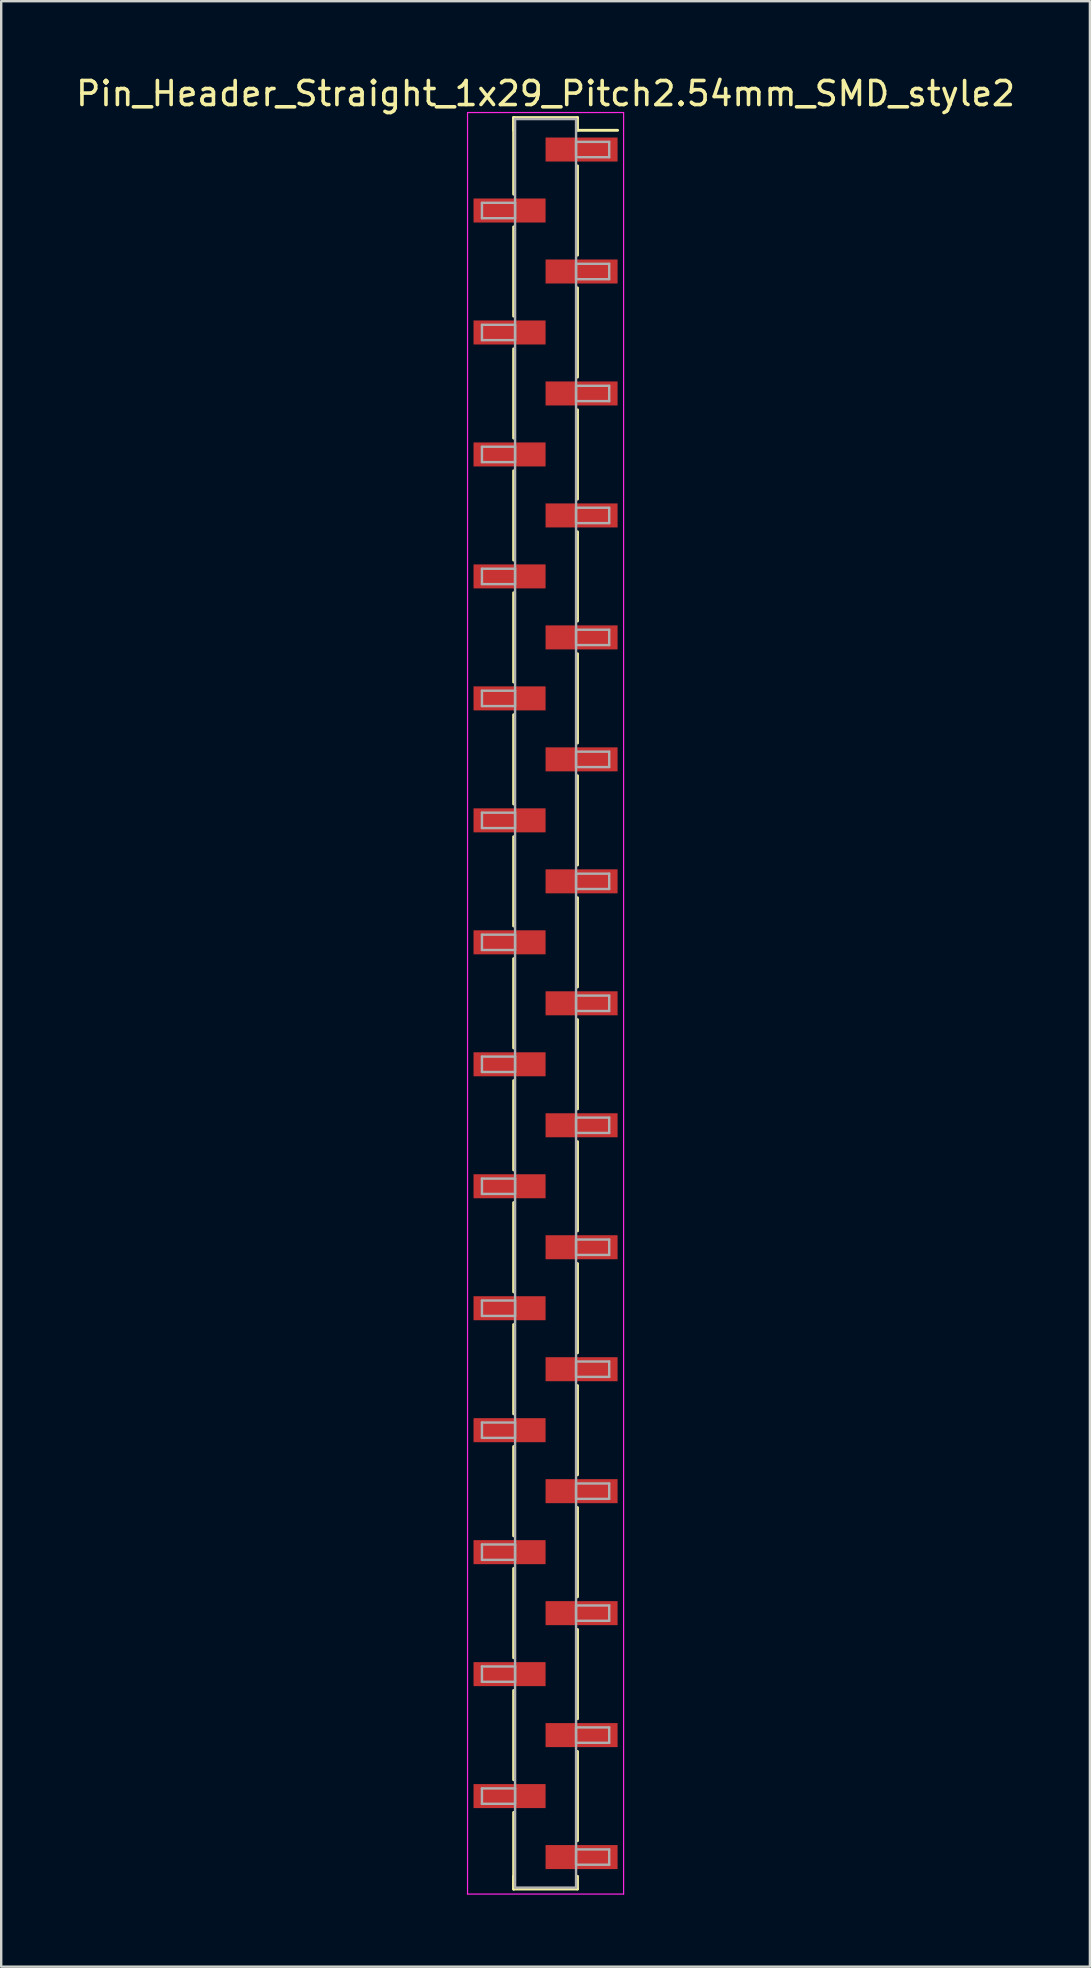
<source format=kicad_pcb>
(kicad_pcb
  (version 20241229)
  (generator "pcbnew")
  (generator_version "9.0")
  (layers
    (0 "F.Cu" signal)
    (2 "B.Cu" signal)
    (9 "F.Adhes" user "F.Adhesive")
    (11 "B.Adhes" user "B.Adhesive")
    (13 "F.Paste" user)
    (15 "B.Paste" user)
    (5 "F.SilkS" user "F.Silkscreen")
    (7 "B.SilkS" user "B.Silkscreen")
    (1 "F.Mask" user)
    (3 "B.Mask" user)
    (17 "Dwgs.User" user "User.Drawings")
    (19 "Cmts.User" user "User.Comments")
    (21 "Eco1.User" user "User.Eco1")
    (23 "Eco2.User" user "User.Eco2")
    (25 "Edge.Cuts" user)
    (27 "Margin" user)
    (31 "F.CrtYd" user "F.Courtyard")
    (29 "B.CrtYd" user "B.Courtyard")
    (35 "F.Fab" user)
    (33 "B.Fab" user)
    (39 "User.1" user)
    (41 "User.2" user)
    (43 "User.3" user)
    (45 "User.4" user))
  (footprint "Pin_Header_Straight_1x29_Pitch2.54mm_SMD_style2"
    (layer "F.Cu")
    (at 19.673 38.738)
    (property "Reference" "Pin_Header_Straight_1x29_Pitch2.54mm_SMD_style2" (at 0 -37.89 0) (layer "F.SilkS") (effects (font (size 1 1) (thickness 0.15))))
    (attr smd)
    (fp_line (start -1.33 -36.89) (end -1.33 -33.7) (stroke (width 0.12) (type solid)) (layer "F.SilkS"))
    (fp_line (start -1.33 -36.89) (end 1.33 -36.89) (stroke (width 0.12) (type solid)) (layer "F.SilkS"))
    (fp_line (start -1.33 -36.36) (end -1.33 -36.89) (stroke (width 0.12) (type solid)) (layer "F.SilkS"))
    (fp_line (start -1.33 -32.34) (end -1.33 -28.62) (stroke (width 0.12) (type solid)) (layer "F.SilkS"))
    (fp_line (start -1.33 -27.26) (end -1.33 -23.54) (stroke (width 0.12) (type solid)) (layer "F.SilkS"))
    (fp_line (start -1.33 -22.18) (end -1.33 -18.46) (stroke (width 0.12) (type solid)) (layer "F.SilkS"))
    (fp_line (start -1.33 -17.1) (end -1.33 -13.38) (stroke (width 0.12) (type solid)) (layer "F.SilkS"))
    (fp_line (start -1.33 -12.02) (end -1.33 -8.3) (stroke (width 0.12) (type solid)) (layer "F.SilkS"))
    (fp_line (start -1.33 -6.94) (end -1.33 -3.22) (stroke (width 0.12) (type solid)) (layer "F.SilkS"))
    (fp_line (start -1.33 -1.86) (end -1.33 1.86) (stroke (width 0.12) (type solid)) (layer "F.SilkS"))
    (fp_line (start -1.33 3.22) (end -1.33 6.94) (stroke (width 0.12) (type solid)) (layer "F.SilkS"))
    (fp_line (start -1.33 8.3) (end -1.33 12.02) (stroke (width 0.12) (type solid)) (layer "F.SilkS"))
    (fp_line (start -1.33 13.38) (end -1.33 17.1) (stroke (width 0.12) (type solid)) (layer "F.SilkS"))
    (fp_line (start -1.33 18.46) (end -1.33 22.18) (stroke (width 0.12) (type solid)) (layer "F.SilkS"))
    (fp_line (start -1.33 23.54) (end -1.33 27.26) (stroke (width 0.12) (type solid)) (layer "F.SilkS"))
    (fp_line (start -1.33 28.62) (end -1.33 32.34) (stroke (width 0.12) (type solid)) (layer "F.SilkS"))
    (fp_line (start -1.33 33.7) (end -1.33 36.89) (stroke (width 0.12) (type solid)) (layer "F.SilkS"))
    (fp_line (start -1.33 36.36) (end -1.33 36.89) (stroke (width 0.12) (type solid)) (layer "F.SilkS"))
    (fp_line (start -1.33 36.89) (end 1.33 36.89) (stroke (width 0.12) (type solid)) (layer "F.SilkS"))
    (fp_line (start 1.33 -36.89) (end 1.33 -36.36) (stroke (width 0.12) (type solid)) (layer "F.SilkS"))
    (fp_line (start 1.33 -36.36) (end 3 -36.36) (stroke (width 0.12) (type solid)) (layer "F.SilkS"))
    (fp_line (start 1.33 -34.88) (end 1.33 -31.16) (stroke (width 0.12) (type solid)) (layer "F.SilkS"))
    (fp_line (start 1.33 -29.8) (end 1.33 -26.08) (stroke (width 0.12) (type solid)) (layer "F.SilkS"))
    (fp_line (start 1.33 -24.72) (end 1.33 -21) (stroke (width 0.12) (type solid)) (layer "F.SilkS"))
    (fp_line (start 1.33 -19.64) (end 1.33 -15.92) (stroke (width 0.12) (type solid)) (layer "F.SilkS"))
    (fp_line (start 1.33 -14.56) (end 1.33 -10.84) (stroke (width 0.12) (type solid)) (layer "F.SilkS"))
    (fp_line (start 1.33 -9.48) (end 1.33 -5.76) (stroke (width 0.12) (type solid)) (layer "F.SilkS"))
    (fp_line (start 1.33 -4.4) (end 1.33 -0.68) (stroke (width 0.12) (type solid)) (layer "F.SilkS"))
    (fp_line (start 1.33 0.68) (end 1.33 4.4) (stroke (width 0.12) (type solid)) (layer "F.SilkS"))
    (fp_line (start 1.33 5.76) (end 1.33 9.48) (stroke (width 0.12) (type solid)) (layer "F.SilkS"))
    (fp_line (start 1.33 10.84) (end 1.33 14.56) (stroke (width 0.12) (type solid)) (layer "F.SilkS"))
    (fp_line (start 1.33 15.92) (end 1.33 19.64) (stroke (width 0.12) (type solid)) (layer "F.SilkS"))
    (fp_line (start 1.33 21) (end 1.33 24.72) (stroke (width 0.12) (type solid)) (layer "F.SilkS"))
    (fp_line (start 1.33 26.08) (end 1.33 29.8) (stroke (width 0.12) (type solid)) (layer "F.SilkS"))
    (fp_line (start 1.33 31.16) (end 1.33 34.88) (stroke (width 0.12) (type solid)) (layer "F.SilkS"))
    (fp_line (start 1.33 36.89) (end 1.33 36.36) (stroke (width 0.12) (type solid)) (layer "F.SilkS"))
    (fp_line (start -3.25 -37.1) (end -3.25 37.1) (stroke (width 0.05) (type solid)) (layer "F.CrtYd"))
    (fp_line (start -3.25 37.1) (end 3.25 37.1) (stroke (width 0.05) (type solid)) (layer "F.CrtYd"))
    (fp_line (start 3.25 -37.1) (end -3.25 -37.1) (stroke (width 0.05) (type solid)) (layer "F.CrtYd"))
    (fp_line (start 3.25 37.1) (end 3.25 -37.1) (stroke (width 0.05) (type solid)) (layer "F.CrtYd"))
    (fp_line (start -2.65 -33.34) (end -1.27 -33.34) (stroke (width 0.1) (type solid)) (layer "F.Fab"))
    (fp_line (start -2.65 -32.7) (end -2.65 -33.34) (stroke (width 0.1) (type solid)) (layer "F.Fab"))
    (fp_line (start -2.65 -28.26) (end -1.27 -28.26) (stroke (width 0.1) (type solid)) (layer "F.Fab"))
    (fp_line (start -2.65 -27.62) (end -2.65 -28.26) (stroke (width 0.1) (type solid)) (layer "F.Fab"))
    (fp_line (start -2.65 -23.18) (end -1.27 -23.18) (stroke (width 0.1) (type solid)) (layer "F.Fab"))
    (fp_line (start -2.65 -22.54) (end -2.65 -23.18) (stroke (width 0.1) (type solid)) (layer "F.Fab"))
    (fp_line (start -2.65 -18.1) (end -1.27 -18.1) (stroke (width 0.1) (type solid)) (layer "F.Fab"))
    (fp_line (start -2.65 -17.46) (end -2.65 -18.1) (stroke (width 0.1) (type solid)) (layer "F.Fab"))
    (fp_line (start -2.65 -13.02) (end -1.27 -13.02) (stroke (width 0.1) (type solid)) (layer "F.Fab"))
    (fp_line (start -2.65 -12.38) (end -2.65 -13.02) (stroke (width 0.1) (type solid)) (layer "F.Fab"))
    (fp_line (start -2.65 -7.94) (end -1.27 -7.94) (stroke (width 0.1) (type solid)) (layer "F.Fab"))
    (fp_line (start -2.65 -7.3) (end -2.65 -7.94) (stroke (width 0.1) (type solid)) (layer "F.Fab"))
    (fp_line (start -2.65 -2.86) (end -1.27 -2.86) (stroke (width 0.1) (type solid)) (layer "F.Fab"))
    (fp_line (start -2.65 -2.22) (end -2.65 -2.86) (stroke (width 0.1) (type solid)) (layer "F.Fab"))
    (fp_line (start -2.65 2.22) (end -1.27 2.22) (stroke (width 0.1) (type solid)) (layer "F.Fab"))
    (fp_line (start -2.65 2.86) (end -2.65 2.22) (stroke (width 0.1) (type solid)) (layer "F.Fab"))
    (fp_line (start -2.65 7.3) (end -1.27 7.3) (stroke (width 0.1) (type solid)) (layer "F.Fab"))
    (fp_line (start -2.65 7.94) (end -2.65 7.3) (stroke (width 0.1) (type solid)) (layer "F.Fab"))
    (fp_line (start -2.65 12.38) (end -1.27 12.38) (stroke (width 0.1) (type solid)) (layer "F.Fab"))
    (fp_line (start -2.65 13.02) (end -2.65 12.38) (stroke (width 0.1) (type solid)) (layer "F.Fab"))
    (fp_line (start -2.65 17.46) (end -1.27 17.46) (stroke (width 0.1) (type solid)) (layer "F.Fab"))
    (fp_line (start -2.65 18.1) (end -2.65 17.46) (stroke (width 0.1) (type solid)) (layer "F.Fab"))
    (fp_line (start -2.65 22.54) (end -1.27 22.54) (stroke (width 0.1) (type solid)) (layer "F.Fab"))
    (fp_line (start -2.65 23.18) (end -2.65 22.54) (stroke (width 0.1) (type solid)) (layer "F.Fab"))
    (fp_line (start -2.65 27.62) (end -1.27 27.62) (stroke (width 0.1) (type solid)) (layer "F.Fab"))
    (fp_line (start -2.65 28.26) (end -2.65 27.62) (stroke (width 0.1) (type solid)) (layer "F.Fab"))
    (fp_line (start -2.65 32.7) (end -1.27 32.7) (stroke (width 0.1) (type solid)) (layer "F.Fab"))
    (fp_line (start -2.65 33.34) (end -2.65 32.7) (stroke (width 0.1) (type solid)) (layer "F.Fab"))
    (fp_line (start -1.27 -36.83) (end -1.27 36.83) (stroke (width 0.1) (type solid)) (layer "F.Fab"))
    (fp_line (start -1.27 -33.34) (end -1.27 -32.7) (stroke (width 0.1) (type solid)) (layer "F.Fab"))
    (fp_line (start -1.27 -32.7) (end -2.65 -32.7) (stroke (width 0.1) (type solid)) (layer "F.Fab"))
    (fp_line (start -1.27 -28.26) (end -1.27 -27.62) (stroke (width 0.1) (type solid)) (layer "F.Fab"))
    (fp_line (start -1.27 -27.62) (end -2.65 -27.62) (stroke (width 0.1) (type solid)) (layer "F.Fab"))
    (fp_line (start -1.27 -23.18) (end -1.27 -22.54) (stroke (width 0.1) (type solid)) (layer "F.Fab"))
    (fp_line (start -1.27 -22.54) (end -2.65 -22.54) (stroke (width 0.1) (type solid)) (layer "F.Fab"))
    (fp_line (start -1.27 -18.1) (end -1.27 -17.46) (stroke (width 0.1) (type solid)) (layer "F.Fab"))
    (fp_line (start -1.27 -17.46) (end -2.65 -17.46) (stroke (width 0.1) (type solid)) (layer "F.Fab"))
    (fp_line (start -1.27 -13.02) (end -1.27 -12.38) (stroke (width 0.1) (type solid)) (layer "F.Fab"))
    (fp_line (start -1.27 -12.38) (end -2.65 -12.38) (stroke (width 0.1) (type solid)) (layer "F.Fab"))
    (fp_line (start -1.27 -7.94) (end -1.27 -7.3) (stroke (width 0.1) (type solid)) (layer "F.Fab"))
    (fp_line (start -1.27 -7.3) (end -2.65 -7.3) (stroke (width 0.1) (type solid)) (layer "F.Fab"))
    (fp_line (start -1.27 -2.86) (end -1.27 -2.22) (stroke (width 0.1) (type solid)) (layer "F.Fab"))
    (fp_line (start -1.27 -2.22) (end -2.65 -2.22) (stroke (width 0.1) (type solid)) (layer "F.Fab"))
    (fp_line (start -1.27 2.22) (end -1.27 2.86) (stroke (width 0.1) (type solid)) (layer "F.Fab"))
    (fp_line (start -1.27 2.86) (end -2.65 2.86) (stroke (width 0.1) (type solid)) (layer "F.Fab"))
    (fp_line (start -1.27 7.3) (end -1.27 7.94) (stroke (width 0.1) (type solid)) (layer "F.Fab"))
    (fp_line (start -1.27 7.94) (end -2.65 7.94) (stroke (width 0.1) (type solid)) (layer "F.Fab"))
    (fp_line (start -1.27 12.38) (end -1.27 13.02) (stroke (width 0.1) (type solid)) (layer "F.Fab"))
    (fp_line (start -1.27 13.02) (end -2.65 13.02) (stroke (width 0.1) (type solid)) (layer "F.Fab"))
    (fp_line (start -1.27 17.46) (end -1.27 18.1) (stroke (width 0.1) (type solid)) (layer "F.Fab"))
    (fp_line (start -1.27 18.1) (end -2.65 18.1) (stroke (width 0.1) (type solid)) (layer "F.Fab"))
    (fp_line (start -1.27 22.54) (end -1.27 23.18) (stroke (width 0.1) (type solid)) (layer "F.Fab"))
    (fp_line (start -1.27 23.18) (end -2.65 23.18) (stroke (width 0.1) (type solid)) (layer "F.Fab"))
    (fp_line (start -1.27 27.62) (end -1.27 28.26) (stroke (width 0.1) (type solid)) (layer "F.Fab"))
    (fp_line (start -1.27 28.26) (end -2.65 28.26) (stroke (width 0.1) (type solid)) (layer "F.Fab"))
    (fp_line (start -1.27 32.7) (end -1.27 33.34) (stroke (width 0.1) (type solid)) (layer "F.Fab"))
    (fp_line (start -1.27 33.34) (end -2.65 33.34) (stroke (width 0.1) (type solid)) (layer "F.Fab"))
    (fp_line (start -1.27 36.83) (end 1.27 36.83) (stroke (width 0.1) (type solid)) (layer "F.Fab"))
    (fp_line (start 1.27 -36.83) (end -1.27 -36.83) (stroke (width 0.1) (type solid)) (layer "F.Fab"))
    (fp_line (start 1.27 -35.88) (end 1.27 -35.24) (stroke (width 0.1) (type solid)) (layer "F.Fab"))
    (fp_line (start 1.27 -35.24) (end 2.65 -35.24) (stroke (width 0.1) (type solid)) (layer "F.Fab"))
    (fp_line (start 1.27 -30.8) (end 1.27 -30.16) (stroke (width 0.1) (type solid)) (layer "F.Fab"))
    (fp_line (start 1.27 -30.16) (end 2.65 -30.16) (stroke (width 0.1) (type solid)) (layer "F.Fab"))
    (fp_line (start 1.27 -25.72) (end 1.27 -25.08) (stroke (width 0.1) (type solid)) (layer "F.Fab"))
    (fp_line (start 1.27 -25.08) (end 2.65 -25.08) (stroke (width 0.1) (type solid)) (layer "F.Fab"))
    (fp_line (start 1.27 -20.64) (end 1.27 -20) (stroke (width 0.1) (type solid)) (layer "F.Fab"))
    (fp_line (start 1.27 -20) (end 2.65 -20) (stroke (width 0.1) (type solid)) (layer "F.Fab"))
    (fp_line (start 1.27 -15.56) (end 1.27 -14.92) (stroke (width 0.1) (type solid)) (layer "F.Fab"))
    (fp_line (start 1.27 -14.92) (end 2.65 -14.92) (stroke (width 0.1) (type solid)) (layer "F.Fab"))
    (fp_line (start 1.27 -10.48) (end 1.27 -9.84) (stroke (width 0.1) (type solid)) (layer "F.Fab"))
    (fp_line (start 1.27 -9.84) (end 2.65 -9.84) (stroke (width 0.1) (type solid)) (layer "F.Fab"))
    (fp_line (start 1.27 -5.4) (end 1.27 -4.76) (stroke (width 0.1) (type solid)) (layer "F.Fab"))
    (fp_line (start 1.27 -4.76) (end 2.65 -4.76) (stroke (width 0.1) (type solid)) (layer "F.Fab"))
    (fp_line (start 1.27 -0.32) (end 1.27 0.32) (stroke (width 0.1) (type solid)) (layer "F.Fab"))
    (fp_line (start 1.27 0.32) (end 2.65 0.32) (stroke (width 0.1) (type solid)) (layer "F.Fab"))
    (fp_line (start 1.27 4.76) (end 1.27 5.4) (stroke (width 0.1) (type solid)) (layer "F.Fab"))
    (fp_line (start 1.27 5.4) (end 2.65 5.4) (stroke (width 0.1) (type solid)) (layer "F.Fab"))
    (fp_line (start 1.27 9.84) (end 1.27 10.48) (stroke (width 0.1) (type solid)) (layer "F.Fab"))
    (fp_line (start 1.27 10.48) (end 2.65 10.48) (stroke (width 0.1) (type solid)) (layer "F.Fab"))
    (fp_line (start 1.27 14.92) (end 1.27 15.56) (stroke (width 0.1) (type solid)) (layer "F.Fab"))
    (fp_line (start 1.27 15.56) (end 2.65 15.56) (stroke (width 0.1) (type solid)) (layer "F.Fab"))
    (fp_line (start 1.27 20) (end 1.27 20.64) (stroke (width 0.1) (type solid)) (layer "F.Fab"))
    (fp_line (start 1.27 20.64) (end 2.65 20.64) (stroke (width 0.1) (type solid)) (layer "F.Fab"))
    (fp_line (start 1.27 25.08) (end 1.27 25.72) (stroke (width 0.1) (type solid)) (layer "F.Fab"))
    (fp_line (start 1.27 25.72) (end 2.65 25.72) (stroke (width 0.1) (type solid)) (layer "F.Fab"))
    (fp_line (start 1.27 30.16) (end 1.27 30.8) (stroke (width 0.1) (type solid)) (layer "F.Fab"))
    (fp_line (start 1.27 30.8) (end 2.65 30.8) (stroke (width 0.1) (type solid)) (layer "F.Fab"))
    (fp_line (start 1.27 35.24) (end 1.27 35.88) (stroke (width 0.1) (type solid)) (layer "F.Fab"))
    (fp_line (start 1.27 35.88) (end 2.65 35.88) (stroke (width 0.1) (type solid)) (layer "F.Fab"))
    (fp_line (start 1.27 36.83) (end 1.27 -36.83) (stroke (width 0.1) (type solid)) (layer "F.Fab"))
    (fp_line (start 2.65 -35.88) (end 1.27 -35.88) (stroke (width 0.1) (type solid)) (layer "F.Fab"))
    (fp_line (start 2.65 -35.24) (end 2.65 -35.88) (stroke (width 0.1) (type solid)) (layer "F.Fab"))
    (fp_line (start 2.65 -30.8) (end 1.27 -30.8) (stroke (width 0.1) (type solid)) (layer "F.Fab"))
    (fp_line (start 2.65 -30.16) (end 2.65 -30.8) (stroke (width 0.1) (type solid)) (layer "F.Fab"))
    (fp_line (start 2.65 -25.72) (end 1.27 -25.72) (stroke (width 0.1) (type solid)) (layer "F.Fab"))
    (fp_line (start 2.65 -25.08) (end 2.65 -25.72) (stroke (width 0.1) (type solid)) (layer "F.Fab"))
    (fp_line (start 2.65 -20.64) (end 1.27 -20.64) (stroke (width 0.1) (type solid)) (layer "F.Fab"))
    (fp_line (start 2.65 -20) (end 2.65 -20.64) (stroke (width 0.1) (type solid)) (layer "F.Fab"))
    (fp_line (start 2.65 -15.56) (end 1.27 -15.56) (stroke (width 0.1) (type solid)) (layer "F.Fab"))
    (fp_line (start 2.65 -14.92) (end 2.65 -15.56) (stroke (width 0.1) (type solid)) (layer "F.Fab"))
    (fp_line (start 2.65 -10.48) (end 1.27 -10.48) (stroke (width 0.1) (type solid)) (layer "F.Fab"))
    (fp_line (start 2.65 -9.84) (end 2.65 -10.48) (stroke (width 0.1) (type solid)) (layer "F.Fab"))
    (fp_line (start 2.65 -5.4) (end 1.27 -5.4) (stroke (width 0.1) (type solid)) (layer "F.Fab"))
    (fp_line (start 2.65 -4.76) (end 2.65 -5.4) (stroke (width 0.1) (type solid)) (layer "F.Fab"))
    (fp_line (start 2.65 -0.32) (end 1.27 -0.32) (stroke (width 0.1) (type solid)) (layer "F.Fab"))
    (fp_line (start 2.65 0.32) (end 2.65 -0.32) (stroke (width 0.1) (type solid)) (layer "F.Fab"))
    (fp_line (start 2.65 4.76) (end 1.27 4.76) (stroke (width 0.1) (type solid)) (layer "F.Fab"))
    (fp_line (start 2.65 5.4) (end 2.65 4.76) (stroke (width 0.1) (type solid)) (layer "F.Fab"))
    (fp_line (start 2.65 9.84) (end 1.27 9.84) (stroke (width 0.1) (type solid)) (layer "F.Fab"))
    (fp_line (start 2.65 10.48) (end 2.65 9.84) (stroke (width 0.1) (type solid)) (layer "F.Fab"))
    (fp_line (start 2.65 14.92) (end 1.27 14.92) (stroke (width 0.1) (type solid)) (layer "F.Fab"))
    (fp_line (start 2.65 15.56) (end 2.65 14.92) (stroke (width 0.1) (type solid)) (layer "F.Fab"))
    (fp_line (start 2.65 20) (end 1.27 20) (stroke (width 0.1) (type solid)) (layer "F.Fab"))
    (fp_line (start 2.65 20.64) (end 2.65 20) (stroke (width 0.1) (type solid)) (layer "F.Fab"))
    (fp_line (start 2.65 25.08) (end 1.27 25.08) (stroke (width 0.1) (type solid)) (layer "F.Fab"))
    (fp_line (start 2.65 25.72) (end 2.65 25.08) (stroke (width 0.1) (type solid)) (layer "F.Fab"))
    (fp_line (start 2.65 30.16) (end 1.27 30.16) (stroke (width 0.1) (type solid)) (layer "F.Fab"))
    (fp_line (start 2.65 30.8) (end 2.65 30.16) (stroke (width 0.1) (type solid)) (layer "F.Fab"))
    (fp_line (start 2.65 35.24) (end 1.27 35.24) (stroke (width 0.1) (type solid)) (layer "F.Fab"))
    (fp_line (start 2.65 35.88) (end 2.65 35.24) (stroke (width 0.1) (type solid)) (layer "F.Fab"))
    (pad "1" smd rect (at 1.5 -35.56) (size 3 1) (layers "F.Cu" "F.Mask"))
    (pad "2" smd rect (at -1.5 -33.02) (size 3 1) (layers "F.Cu" "F.Mask"))
    (pad "3" smd rect (at 1.5 -30.48) (size 3 1) (layers "F.Cu" "F.Mask"))
    (pad "4" smd rect (at -1.5 -27.94) (size 3 1) (layers "F.Cu" "F.Mask"))
    (pad "5" smd rect (at 1.5 -25.4) (size 3 1) (layers "F.Cu" "F.Mask"))
    (pad "6" smd rect (at -1.5 -22.86) (size 3 1) (layers "F.Cu" "F.Mask"))
    (pad "7" smd rect (at 1.5 -20.32) (size 3 1) (layers "F.Cu" "F.Mask"))
    (pad "8" smd rect (at -1.5 -17.78) (size 3 1) (layers "F.Cu" "F.Mask"))
    (pad "9" smd rect (at 1.5 -15.24) (size 3 1) (layers "F.Cu" "F.Mask"))
    (pad "10" smd rect (at -1.5 -12.7) (size 3 1) (layers "F.Cu" "F.Mask"))
    (pad "11" smd rect (at 1.5 -10.16) (size 3 1) (layers "F.Cu" "F.Mask"))
    (pad "12" smd rect (at -1.5 -7.62) (size 3 1) (layers "F.Cu" "F.Mask"))
    (pad "13" smd rect (at 1.5 -5.08) (size 3 1) (layers "F.Cu" "F.Mask"))
    (pad "14" smd rect (at -1.5 -2.54) (size 3 1) (layers "F.Cu" "F.Mask"))
    (pad "15" smd rect (at 1.5 0) (size 3 1) (layers "F.Cu" "F.Mask"))
    (pad "16" smd rect (at -1.5 2.54) (size 3 1) (layers "F.Cu" "F.Mask"))
    (pad "17" smd rect (at 1.5 5.08) (size 3 1) (layers "F.Cu" "F.Mask"))
    (pad "18" smd rect (at -1.5 7.62) (size 3 1) (layers "F.Cu" "F.Mask"))
    (pad "19" smd rect (at 1.5 10.16) (size 3 1) (layers "F.Cu" "F.Mask"))
    (pad "20" smd rect (at -1.5 12.7) (size 3 1) (layers "F.Cu" "F.Mask"))
    (pad "21" smd rect (at 1.5 15.24) (size 3 1) (layers "F.Cu" "F.Mask"))
    (pad "22" smd rect (at -1.5 17.78) (size 3 1) (layers "F.Cu" "F.Mask"))
    (pad "23" smd rect (at 1.5 20.32) (size 3 1) (layers "F.Cu" "F.Mask"))
    (pad "24" smd rect (at -1.5 22.86) (size 3 1) (layers "F.Cu" "F.Mask"))
    (pad "25" smd rect (at 1.5 25.4) (size 3 1) (layers "F.Cu" "F.Mask"))
    (pad "26" smd rect (at -1.5 27.94) (size 3 1) (layers "F.Cu" "F.Mask"))
    (pad "27" smd rect (at 1.5 30.48) (size 3 1) (layers "F.Cu" "F.Mask"))
    (pad "28" smd rect (at -1.5 33.02) (size 3 1) (layers "F.Cu" "F.Mask"))
    (pad "29" smd rect (at 1.5 35.56) (size 3 1) (layers "F.Cu" "F.Mask")))
  (gr_rect
    (start -3 -3)
    (end 42.345 78.863)
    (stroke (width 0.1) (type default))
    (fill no)
    (layer "Edge.Cuts")))
</source>
